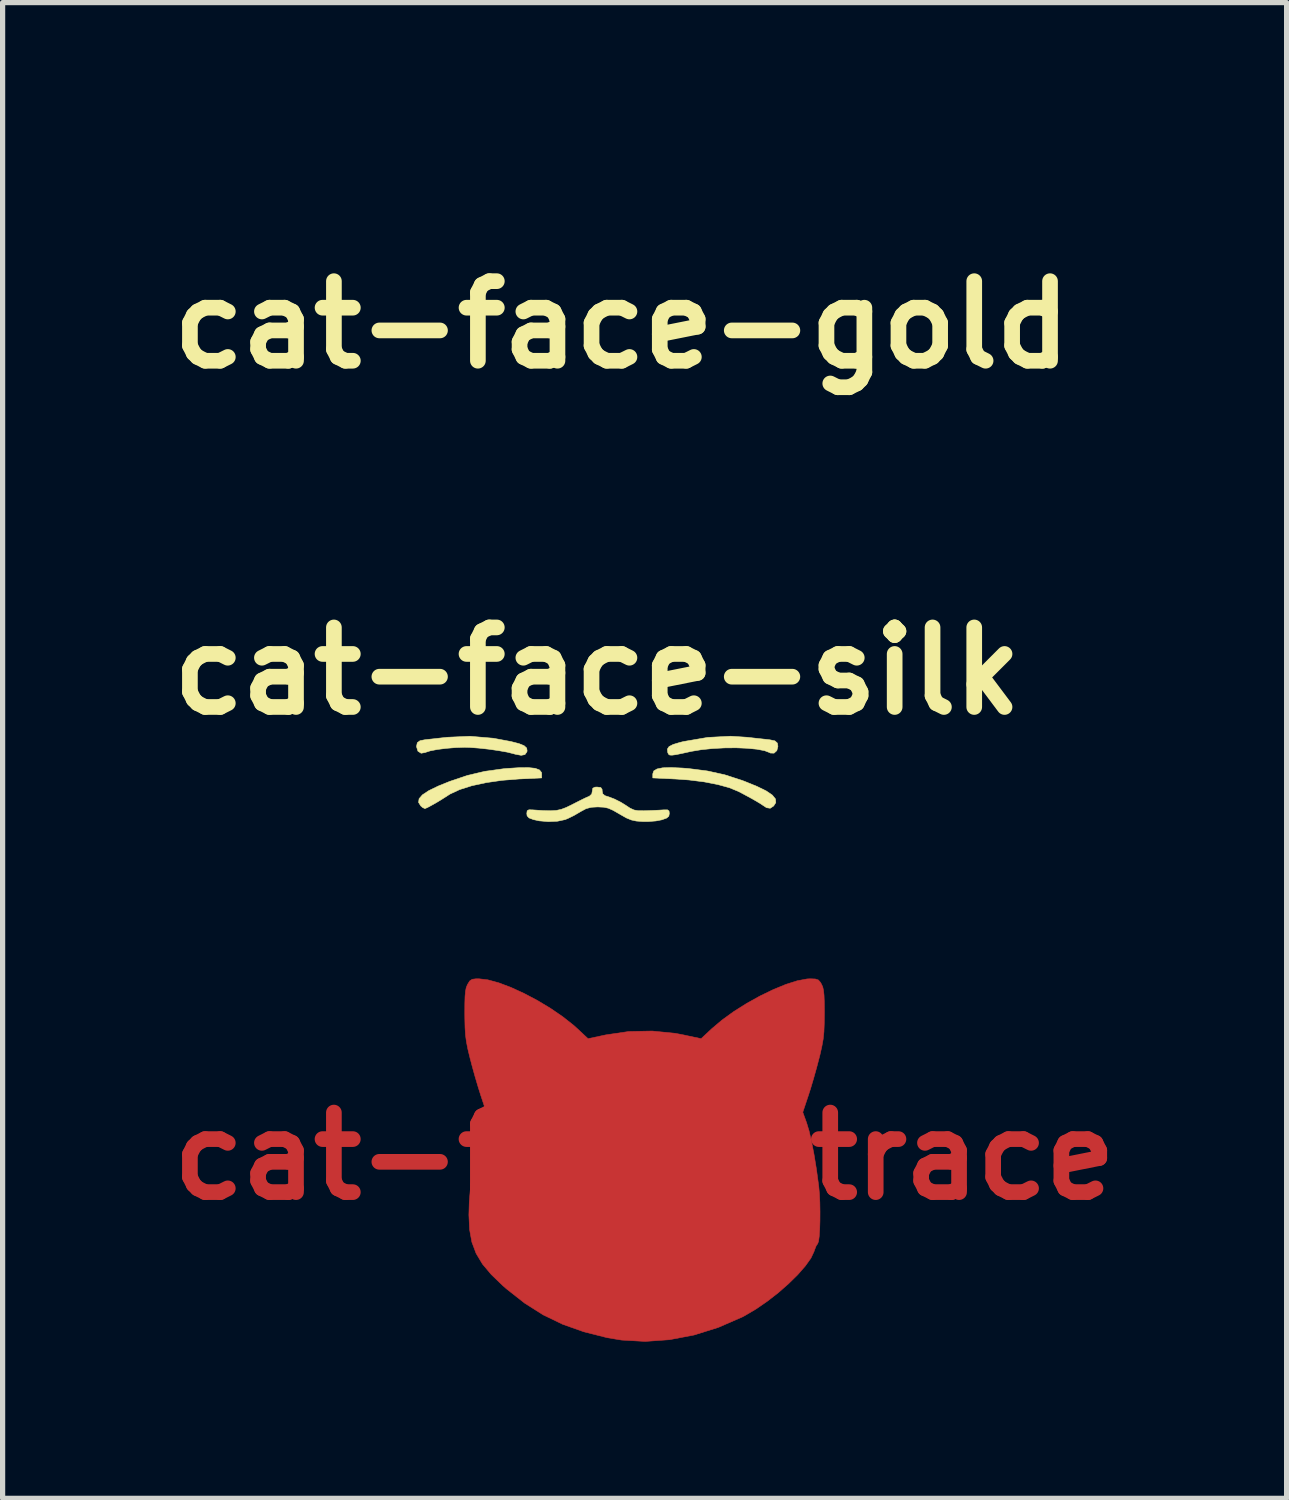
<source format=kicad_pcb>
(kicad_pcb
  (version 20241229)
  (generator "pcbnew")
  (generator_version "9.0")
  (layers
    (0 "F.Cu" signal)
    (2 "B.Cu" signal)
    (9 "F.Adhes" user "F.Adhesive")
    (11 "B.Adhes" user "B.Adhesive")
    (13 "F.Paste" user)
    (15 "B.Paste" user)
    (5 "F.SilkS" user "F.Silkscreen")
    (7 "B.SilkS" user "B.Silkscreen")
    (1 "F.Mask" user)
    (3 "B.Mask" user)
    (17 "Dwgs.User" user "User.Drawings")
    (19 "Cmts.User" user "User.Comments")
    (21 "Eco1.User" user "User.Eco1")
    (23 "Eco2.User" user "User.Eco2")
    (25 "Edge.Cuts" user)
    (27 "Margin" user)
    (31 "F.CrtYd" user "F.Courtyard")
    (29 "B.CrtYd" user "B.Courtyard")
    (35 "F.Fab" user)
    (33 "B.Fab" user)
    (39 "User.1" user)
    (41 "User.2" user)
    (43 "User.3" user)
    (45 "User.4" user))
  (footprint "cat-face-gold"
    (layer "F.Cu")
    (at 8.861 3.17)
    (property "Reference" "cat-face-gold" (at 0 0 0) (layer "F.SilkS") (effects (font (size 1.524 1.524) (thickness 0.3))))
    (attr through_hole)
    (fp_poly (pts (xy 1.399 0.026) (xy 1.537 0.101) (xy 1.621 0.2) (xy 1.676 0.342) (xy 1.677 0.483) (xy 1.632 0.611) (xy 1.549 0.72) (xy 1.438 0.798) (xy 1.305 0.839) (xy 1.161 0.831) (xy 1.06 0.794) (xy 0.928 0.698) (xy 0.852 0.573) (xy 0.83 0.415) (xy 0.834 0.363) (xy 0.857 0.249) (xy 0.906 0.164) (xy 0.965 0.104) (xy 1.052 0.036) (xy 1.136 0.006) (xy 1.223 0) (xy 1.399 0.026)) (stroke (width 0.01) (type solid)) (fill yes) (layer "F.Mask"))
    (fp_poly (pts (xy -1.118 0.009) (xy -1.037 0.046) (xy -0.965 0.104) (xy -0.887 0.19) (xy -0.848 0.28) (xy -0.834 0.363) (xy -0.839 0.53) (xy -0.899 0.664) (xy -1.014 0.767) (xy -1.062 0.793) (xy -1.182 0.842) (xy -1.278 0.853) (xy -1.376 0.826) (xy -1.428 0.802) (xy -1.557 0.706) (xy -1.642 0.579) (xy -1.678 0.435) (xy -1.66 0.288) (xy -1.621 0.2) (xy -1.515 0.084) (xy -1.37 0.017) (xy -1.223 0) (xy -1.118 0.009)) (stroke (width 0.01) (type solid)) (fill yes) (layer "F.Mask"))
    (fp_poly (pts (xy -0.82 -1.768) (xy -0.779 -1.73) (xy -0.734 -1.65) (xy -0.711 -1.599) (xy -0.641 -1.42) (xy -0.586 -1.238) (xy -0.547 -1.06) (xy -0.523 -0.893) (xy -0.514 -0.744) (xy -0.521 -0.621) (xy -0.543 -0.531) (xy -0.58 -0.48) (xy -0.633 -0.476) (xy -0.701 -0.525) (xy -0.709 -0.534) (xy -0.749 -0.619) (xy -0.762 -0.751) (xy -0.775 -0.901) (xy -0.812 -1.087) (xy -0.868 -1.29) (xy -0.936 -1.488) (xy -0.945 -1.51) (xy -0.984 -1.639) (xy -0.978 -1.725) (xy -0.927 -1.77) (xy -0.87 -1.778) (xy -0.82 -1.768)) (stroke (width 0.01) (type solid)) (fill yes) (layer "F.Mask"))
    (fp_poly (pts (xy 0.951 -1.759) (xy 0.986 -1.699) (xy 0.975 -1.597) (xy 0.945 -1.51) (xy 0.879 -1.325) (xy 0.823 -1.131) (xy 0.783 -0.949) (xy 0.763 -0.798) (xy 0.762 -0.763) (xy 0.748 -0.637) (xy 0.71 -0.543) (xy 0.655 -0.489) (xy 0.592 -0.484) (xy 0.546 -0.514) (xy 0.518 -0.581) (xy 0.509 -0.696) (xy 0.518 -0.846) (xy 0.543 -1.019) (xy 0.582 -1.204) (xy 0.633 -1.388) (xy 0.694 -1.56) (xy 0.711 -1.599) (xy 0.761 -1.701) (xy 0.802 -1.756) (xy 0.846 -1.776) (xy 0.87 -1.778) (xy 0.951 -1.759)) (stroke (width 0.01) (type solid)) (fill yes) (layer "F.Mask"))
    (fp_poly (pts (xy 0.056 -2.108) (xy 0.072 -2.093) (xy 0.085 -2.066) (xy 0.095 -2.021) (xy 0.102 -1.95) (xy 0.108 -1.846) (xy 0.112 -1.702) (xy 0.116 -1.512) (xy 0.119 -1.268) (xy 0.12 -1.159) (xy 0.122 -0.881) (xy 0.122 -0.659) (xy 0.12 -0.488) (xy 0.114 -0.361) (xy 0.104 -0.271) (xy 0.089 -0.213) (xy 0.068 -0.179) (xy 0.041 -0.163) (xy 0.006 -0.159) (xy 0 -0.159) (xy -0.068 -0.182) (xy -0.092 -0.202) (xy -0.103 -0.24) (xy -0.112 -0.324) (xy -0.118 -0.457) (xy -0.121 -0.644) (xy -0.121 -0.887) (xy -0.12 -1.159) (xy -0.117 -1.426) (xy -0.114 -1.636) (xy -0.11 -1.796) (xy -0.105 -1.915) (xy -0.098 -1.997) (xy -0.089 -2.052) (xy -0.077 -2.084) (xy -0.062 -2.103) (xy -0.056 -2.108) (xy 0.013 -2.126) (xy 0.056 -2.108)) (stroke (width 0.01) (type solid)) (fill yes) (layer "F.Mask"))
    (fp_poly (pts (xy -3.135 -3.149) (xy -3.017 -3.101) (xy -2.878 -3.026) (xy -2.724 -2.93) (xy -2.567 -2.816) (xy -2.412 -2.691) (xy -2.3 -2.588) (xy -2.195 -2.478) (xy -2.096 -2.361) (xy -2.009 -2.246) (xy -1.941 -2.144) (xy -1.898 -2.063) (xy -1.887 -2.012) (xy -1.902 -2) (xy -1.942 -2.017) (xy -2.017 -2.061) (xy -2.112 -2.123) (xy -2.117 -2.126) (xy -2.224 -2.193) (xy -2.323 -2.246) (xy -2.389 -2.272) (xy -2.45 -2.281) (xy -2.473 -2.255) (xy -2.477 -2.195) (xy -2.47 -2.116) (xy -2.452 -1.999) (xy -2.426 -1.869) (xy -2.424 -1.859) (xy -2.372 -1.62) (xy -2.515 -1.467) (xy -2.608 -1.362) (xy -2.697 -1.249) (xy -2.746 -1.181) (xy -2.811 -1.091) (xy -2.854 -1.054) (xy -2.883 -1.066) (xy -2.899 -1.103) (xy -2.916 -1.155) (xy -2.948 -1.252) (xy -2.992 -1.378) (xy -3.029 -1.486) (xy -3.132 -1.805) (xy -3.213 -2.107) (xy -3.273 -2.386) (xy -3.31 -2.635) (xy -3.324 -2.848) (xy -3.312 -3.017) (xy -3.275 -3.136) (xy -3.269 -3.145) (xy -3.222 -3.165) (xy -3.135 -3.149)) (stroke (width 0.01) (type solid)) (fill yes) (layer "F.Mask"))
    (fp_poly (pts (xy 3.271 -3.142) (xy 3.311 -3.028) (xy 3.325 -2.864) (xy 3.314 -2.655) (xy 3.278 -2.408) (xy 3.22 -2.13) (xy 3.139 -1.828) (xy 3.037 -1.508) (xy 3.029 -1.486) (xy 2.981 -1.347) (xy 2.94 -1.226) (xy 2.91 -1.138) (xy 2.899 -1.103) (xy 2.876 -1.058) (xy 2.844 -1.059) (xy 2.795 -1.111) (xy 2.746 -1.181) (xy 2.674 -1.279) (xy 2.581 -1.393) (xy 2.515 -1.467) (xy 2.372 -1.62) (xy 2.424 -1.859) (xy 2.45 -1.989) (xy 2.469 -2.108) (xy 2.476 -2.191) (xy 2.477 -2.195) (xy 2.471 -2.262) (xy 2.443 -2.281) (xy 2.389 -2.272) (xy 2.318 -2.244) (xy 2.219 -2.19) (xy 2.117 -2.126) (xy 2.021 -2.063) (xy 1.944 -2.018) (xy 1.903 -2) (xy 1.902 -2) (xy 1.886 -2.022) (xy 1.907 -2.082) (xy 1.957 -2.17) (xy 2.031 -2.276) (xy 2.122 -2.392) (xy 2.223 -2.508) (xy 2.3 -2.588) (xy 2.447 -2.721) (xy 2.604 -2.845) (xy 2.763 -2.956) (xy 2.914 -3.048) (xy 3.049 -3.116) (xy 3.161 -3.156) (xy 3.239 -3.162) (xy 3.271 -3.142)) (stroke (width 0.01) (type solid)) (fill yes) (layer "F.Mask"))
    (fp_poly (pts (xy 0.176 1.424) (xy 0.3 1.428) (xy 0.384 1.437) (xy 0.438 1.452) (xy 0.474 1.475) (xy 0.478 1.478) (xy 0.519 1.525) (xy 0.525 1.549) (xy 0.525 1.586) (xy 0.538 1.616) (xy 0.549 1.697) (xy 0.514 1.787) (xy 0.443 1.866) (xy 0.368 1.908) (xy 0.281 1.956) (xy 0.248 2.021) (xy 0.25 2.072) (xy 0.23 2.095) (xy 0.222 2.095) (xy 0.193 2.121) (xy 0.191 2.138) (xy 0.167 2.179) (xy 0.151 2.184) (xy 0.09 2.194) (xy 0.032 2.206) (xy -0.047 2.209) (xy -0.094 2.194) (xy -0.146 2.175) (xy -0.165 2.179) (xy -0.187 2.168) (xy -0.191 2.145) (xy -0.207 2.102) (xy -0.222 2.095) (xy -0.25 2.078) (xy -0.25 2.072) (xy -0.256 1.99) (xy -0.311 1.934) (xy -0.368 1.908) (xy -0.459 1.852) (xy -0.524 1.77) (xy -0.551 1.681) (xy -0.538 1.616) (xy -0.522 1.565) (xy -0.525 1.549) (xy -0.516 1.52) (xy -0.478 1.478) (xy -0.444 1.455) (xy -0.393 1.439) (xy -0.314 1.429) (xy -0.197 1.424) (xy -0.029 1.423) (xy 0 1.423) (xy 0.176 1.424)) (stroke (width 0.01) (type solid)) (fill yes) (layer "F.Mask")))
  (footprint "cat-face-silk"
    (layer "F.Cu")
    (at 8.389 9.802)
    (property "Reference" "cat-face-silk" (at 0 0 0) (layer "F.SilkS") (effects (font (size 1.524 1.524) (thickness 0.3))))
    (attr through_hole)
    (fp_poly (pts (xy 1.631 1.859) (xy 1.746 1.868) (xy 2.106 1.914) (xy 2.439 1.987) (xy 2.776 2.096) (xy 2.826 2.115) (xy 3.061 2.211) (xy 3.237 2.297) (xy 3.354 2.377) (xy 3.414 2.451) (xy 3.42 2.521) (xy 3.379 2.585) (xy 3.313 2.629) (xy 3.243 2.618) (xy 3.191 2.584) (xy 3.112 2.532) (xy 2.984 2.457) (xy 2.815 2.365) (xy 2.703 2.306) (xy 2.53 2.235) (xy 2.307 2.174) (xy 2.045 2.123) (xy 1.758 2.087) (xy 1.524 2.07) (xy 1.064 2.048) (xy 1.064 1.97) (xy 1.083 1.914) (xy 1.146 1.876) (xy 1.255 1.854) (xy 1.415 1.849) (xy 1.631 1.859)) (stroke (width 0.01) (type solid)) (fill yes) (layer "F.SilkS"))
    (fp_poly (pts (xy -1.188 1.864) (xy -1.106 1.895) (xy -1.067 1.943) (xy -1.064 1.97) (xy -1.064 2.048) (xy -1.499 2.068) (xy -1.824 2.094) (xy -2.128 2.138) (xy -2.401 2.197) (xy -2.635 2.271) (xy -2.818 2.356) (xy -2.857 2.381) (xy -2.957 2.445) (xy -3.066 2.512) (xy -3.17 2.571) (xy -3.252 2.615) (xy -3.299 2.635) (xy -3.302 2.635) (xy -3.344 2.615) (xy -3.379 2.585) (xy -3.422 2.517) (xy -3.412 2.446) (xy -3.348 2.372) (xy -3.227 2.292) (xy -3.048 2.205) (xy -2.826 2.115) (xy -2.485 2) (xy -2.154 1.922) (xy -1.799 1.873) (xy -1.746 1.868) (xy -1.504 1.852) (xy -1.32 1.85) (xy -1.188 1.864)) (stroke (width 0.01) (type solid)) (fill yes) (layer "F.SilkS"))
    (fp_poly (pts (xy -1.99 1.288) (xy -1.653 1.351) (xy -1.498 1.391) (xy -1.4 1.431) (xy -1.351 1.476) (xy -1.343 1.53) (xy -1.348 1.55) (xy -1.385 1.601) (xy -1.457 1.615) (xy -1.573 1.593) (xy -1.603 1.584) (xy -1.724 1.554) (xy -1.889 1.525) (xy -2.076 1.498) (xy -2.267 1.477) (xy -2.44 1.464) (xy -2.54 1.461) (xy -2.717 1.467) (xy -2.896 1.482) (xy -3.062 1.503) (xy -3.198 1.529) (xy -3.288 1.558) (xy -3.293 1.561) (xy -3.373 1.575) (xy -3.434 1.536) (xy -3.46 1.453) (xy -3.461 1.443) (xy -3.446 1.373) (xy -3.394 1.335) (xy -3.308 1.318) (xy -3.242 1.31) (xy -3.13 1.298) (xy -2.989 1.282) (xy -2.866 1.269) (xy -2.437 1.25) (xy -1.99 1.288)) (stroke (width 0.01) (type solid)) (fill yes) (layer "F.SilkS"))
    (fp_poly (pts (xy 2.866 1.269) (xy 3.019 1.286) (xy 3.156 1.301) (xy 3.259 1.312) (xy 3.308 1.318) (xy 3.403 1.338) (xy 3.45 1.38) (xy 3.461 1.443) (xy 3.44 1.525) (xy 3.387 1.573) (xy 3.319 1.572) (xy 3.302 1.563) (xy 3.206 1.526) (xy 3.058 1.498) (xy 2.873 1.48) (xy 2.661 1.471) (xy 2.436 1.473) (xy 2.21 1.485) (xy 1.995 1.507) (xy 1.803 1.539) (xy 1.794 1.541) (xy 1.626 1.578) (xy 1.509 1.602) (xy 1.434 1.612) (xy 1.39 1.61) (xy 1.366 1.594) (xy 1.353 1.567) (xy 1.349 1.554) (xy 1.344 1.495) (xy 1.376 1.447) (xy 1.454 1.407) (xy 1.584 1.368) (xy 1.653 1.351) (xy 2.116 1.272) (xy 2.557 1.249) (xy 2.866 1.269)) (stroke (width 0.01) (type solid)) (fill yes) (layer "F.SilkS"))
    (fp_poly (pts (xy 0.068 2.231) (xy 0.093 2.267) (xy 0.095 2.301) (xy 0.106 2.353) (xy 0.148 2.388) (xy 0.23 2.414) (xy 0.331 2.453) (xy 0.452 2.514) (xy 0.536 2.566) (xy 0.63 2.628) (xy 0.705 2.662) (xy 0.785 2.676) (xy 0.895 2.677) (xy 0.933 2.676) (xy 1.065 2.671) (xy 1.188 2.665) (xy 1.27 2.66) (xy 1.345 2.659) (xy 1.375 2.681) (xy 1.381 2.729) (xy 1.371 2.781) (xy 1.329 2.817) (xy 1.24 2.849) (xy 1.238 2.85) (xy 1.124 2.872) (xy 0.979 2.883) (xy 0.872 2.883) (xy 0.749 2.874) (xy 0.653 2.853) (xy 0.558 2.814) (xy 0.44 2.747) (xy 0.425 2.738) (xy 0.305 2.669) (xy 0.213 2.628) (xy 0.128 2.609) (xy 0.026 2.604) (xy 0.012 2.603) (xy -0.115 2.61) (xy -0.215 2.637) (xy -0.321 2.694) (xy -0.335 2.703) (xy -0.447 2.768) (xy -0.561 2.824) (xy -0.615 2.846) (xy -0.76 2.877) (xy -0.936 2.885) (xy -1.112 2.87) (xy -1.222 2.846) (xy -1.306 2.814) (xy -1.343 2.774) (xy -1.349 2.729) (xy -1.342 2.677) (xy -1.308 2.658) (xy -1.238 2.66) (xy -1.045 2.673) (xy -0.9 2.677) (xy -0.786 2.671) (xy -0.689 2.65) (xy -0.594 2.614) (xy -0.483 2.56) (xy -0.46 2.548) (xy -0.34 2.487) (xy -0.237 2.436) (xy -0.167 2.405) (xy -0.151 2.399) (xy -0.105 2.356) (xy -0.095 2.303) (xy -0.085 2.245) (xy -0.042 2.224) (xy 0 2.223) (xy 0.068 2.231)) (stroke (width 0.01) (type solid)) (fill yes) (layer "F.SilkS")))
  (footprint "cat-face-trace"
    (layer "F.Cu")
    (at 9.296 19.094)
    (property "Reference" "cat-face-trace" (at 0 0 0) (layer "F.Cu") (effects (font (size 1.524 1.524) (thickness 0.3))))
    (attr through_hole)
    (fp_poly (pts (xy 3.272 -3.393) (xy 3.329 -3.374) (xy 3.368 -3.329) (xy 3.388 -3.294) (xy 3.412 -3.242) (xy 3.427 -3.176) (xy 3.437 -3.084) (xy 3.442 -2.955) (xy 3.444 -2.777) (xy 3.444 -2.731) (xy 3.441 -2.533) (xy 3.435 -2.378) (xy 3.421 -2.243) (xy 3.397 -2.109) (xy 3.362 -1.952) (xy 3.342 -1.873) (xy 3.292 -1.683) (xy 3.234 -1.477) (xy 3.176 -1.283) (xy 3.136 -1.159) (xy 3.03 -0.841) (xy 3.103 -0.639) (xy 3.15 -0.484) (xy 3.198 -0.277) (xy 3.246 -0.029) (xy 3.291 0.247) (xy 3.331 0.541) (xy 3.336 0.579) (xy 3.349 0.723) (xy 3.357 0.889) (xy 3.36 1.065) (xy 3.359 1.24) (xy 3.354 1.401) (xy 3.345 1.535) (xy 3.332 1.631) (xy 3.316 1.676) (xy 3.315 1.677) (xy 3.286 1.719) (xy 3.255 1.798) (xy 3.246 1.826) (xy 3.186 1.954) (xy 3.079 2.104) (xy 2.934 2.27) (xy 2.758 2.443) (xy 2.561 2.616) (xy 2.35 2.78) (xy 2.134 2.929) (xy 1.922 3.054) (xy 1.871 3.081) (xy 1.412 3.281) (xy 0.945 3.427) (xy 0.476 3.516) (xy 0.012 3.549) (xy -0.441 3.523) (xy -0.714 3.478) (xy -1.165 3.364) (xy -1.571 3.22) (xy -1.943 3.04) (xy -2.297 2.816) (xy -2.644 2.543) (xy -2.712 2.484) (xy -2.935 2.269) (xy -3.105 2.067) (xy -3.227 1.863) (xy -3.308 1.647) (xy -3.352 1.406) (xy -3.365 1.128) (xy -3.365 1.123) (xy -3.358 0.887) (xy -3.337 0.622) (xy -3.305 0.341) (xy -3.263 0.061) (xy -3.215 -0.204) (xy -3.163 -0.437) (xy -3.109 -0.625) (xy -3.099 -0.651) (xy -3.03 -0.841) (xy -3.136 -1.159) (xy -3.188 -1.324) (xy -3.247 -1.523) (xy -3.304 -1.728) (xy -3.342 -1.873) (xy -3.384 -2.045) (xy -3.412 -2.187) (xy -3.43 -2.319) (xy -3.439 -2.462) (xy -3.443 -2.639) (xy -3.444 -2.731) (xy -3.443 -2.921) (xy -3.439 -3.06) (xy -3.43 -3.158) (xy -3.416 -3.229) (xy -3.394 -3.283) (xy -3.388 -3.294) (xy -3.349 -3.356) (xy -3.303 -3.387) (xy -3.228 -3.397) (xy -3.174 -3.397) (xy -3.003 -3.377) (xy -2.794 -3.32) (xy -2.56 -3.232) (xy -2.309 -3.117) (xy -2.053 -2.982) (xy -1.802 -2.831) (xy -1.567 -2.67) (xy -1.358 -2.505) (xy -1.285 -2.439) (xy -1.083 -2.25) (xy -0.74 -2.323) (xy -0.304 -2.387) (xy 0.146 -2.396) (xy 0.59 -2.352) (xy 0.74 -2.323) (xy 1.083 -2.25) (xy 1.285 -2.439) (xy 1.481 -2.605) (xy 1.707 -2.769) (xy 1.953 -2.924) (xy 2.208 -3.066) (xy 2.462 -3.189) (xy 2.704 -3.289) (xy 2.925 -3.359) (xy 3.112 -3.394) (xy 3.174 -3.397) (xy 3.272 -3.393)) (stroke (width 0.01) (type solid)) (fill yes) (layer "F.Cu")))
  (gr_rect
    (start -3 -3)
    (end 21.593 25.648)
    (stroke (width 0.1) (type default))
    (fill no)
    (layer "Edge.Cuts")))
</source>
